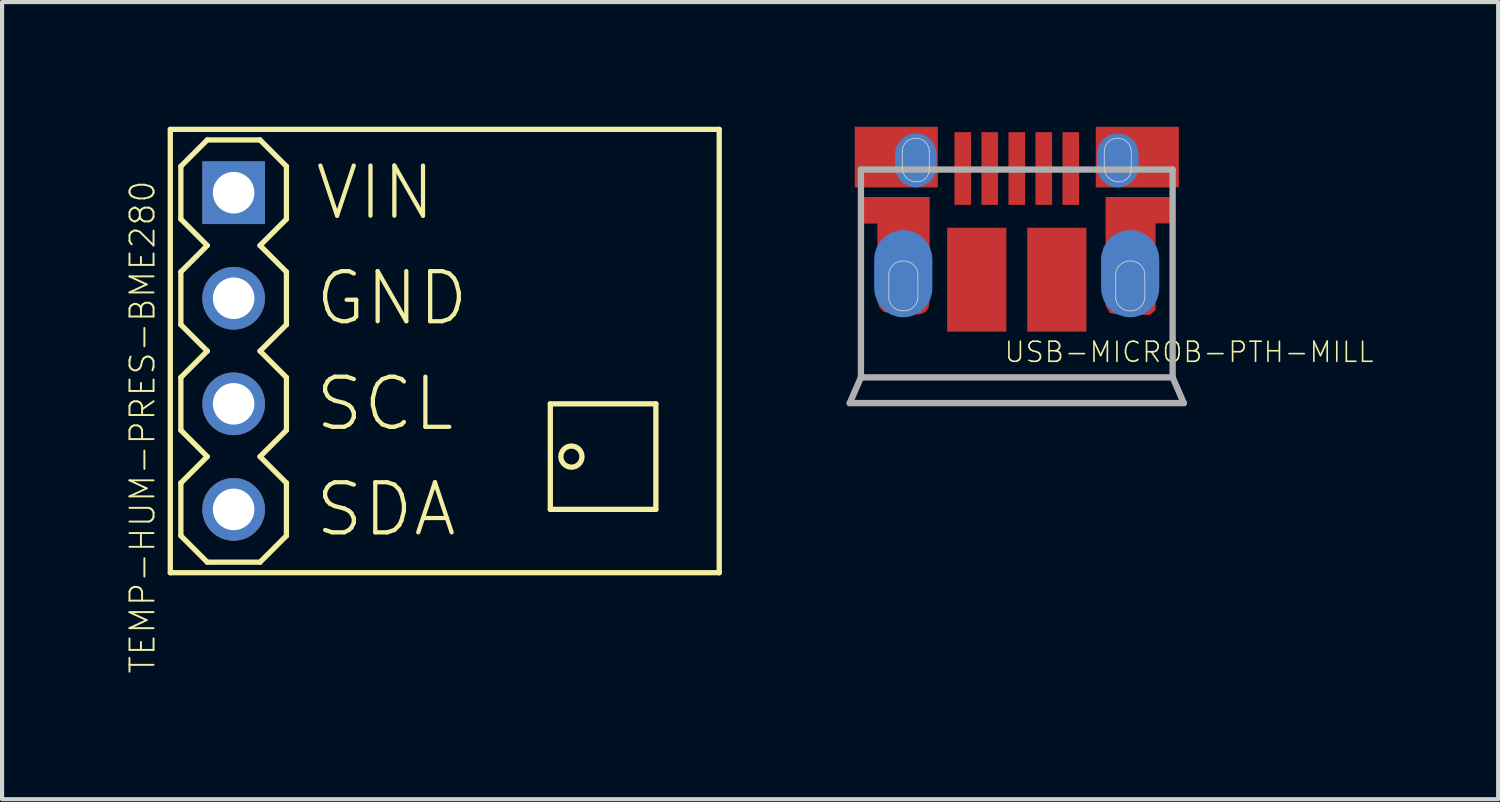
<source format=kicad_pcb>
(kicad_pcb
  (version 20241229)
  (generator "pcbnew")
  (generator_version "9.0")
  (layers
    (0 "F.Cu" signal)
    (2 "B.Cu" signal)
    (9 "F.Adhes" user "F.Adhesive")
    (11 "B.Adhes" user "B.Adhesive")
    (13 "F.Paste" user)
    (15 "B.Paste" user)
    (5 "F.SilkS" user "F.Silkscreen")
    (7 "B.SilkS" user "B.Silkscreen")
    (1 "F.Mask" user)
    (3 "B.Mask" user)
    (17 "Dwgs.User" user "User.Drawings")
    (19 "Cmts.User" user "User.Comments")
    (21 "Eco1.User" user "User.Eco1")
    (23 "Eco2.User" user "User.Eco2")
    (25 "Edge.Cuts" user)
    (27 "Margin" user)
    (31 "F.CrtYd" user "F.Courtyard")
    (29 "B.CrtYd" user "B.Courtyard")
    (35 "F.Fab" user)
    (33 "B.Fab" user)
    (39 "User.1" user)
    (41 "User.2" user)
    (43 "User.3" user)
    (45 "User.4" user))
  (footprint "USB-MICROB-PTH-MILL"
    (layer "F.Cu")
    (at 21.416 1.005)
    (property "Reference" "USB-MICROB-PTH-MILL" (at -0.33 4.699 180) (layer "F.SilkS") (effects (font (size 0.483 0.483) (thickness 0.039)) (justify left bottom)))
    (attr through_hole)
    (fp_poly (pts (xy 3.718 0.685) (xy 3.718 1.32) (xy 3.34 1.32) (xy 3.34 3.405) (xy 3.2 3.525) (xy 2.335 3.5) (xy 2.235 3.471) (xy 2.137 3.295) (xy 2.137 0.685)) (stroke (width 0) (type solid)) (fill yes) (layer "F.Cu"))
    (fp_poly (pts (xy -3.725 0.685) (xy -3.73 1.325) (xy -3.355 1.325) (xy -3.35 3.215) (xy -3.302 3.345) (xy -3.209 3.446) (xy -2.945 3.51) (xy -2.345 3.51) (xy -2.215 3.464) (xy -2.126 3.36) (xy -2.1 3.225) (xy -2.095 0.685)) (stroke (width 0) (type solid)) (fill yes) (layer "F.Cu"))
    (fp_poly (pts (xy -3.8 0.625) (xy -2 0.625) (xy -2 3.225) (xy -2.008 3.363) (xy -2.067 3.487) (xy -2.3 3.625) (xy -3 3.625) (xy -3.153 3.595) (xy -3.283 3.508) (xy -3.4 3.225) (xy -3.4 1.425) (xy -3.8 1.425)) (stroke (width 0) (type solid)) (fill yes) (layer "F.Mask"))
    (fp_poly (pts (xy 2 0.625) (xy 3.8 0.625) (xy 3.8 1.425) (xy 3.5 1.425) (xy 3.5 3.325) (xy 3.454 3.455) (xy 3.362 3.558) (xy 3.1 3.625) (xy 2.3 3.625) (xy 2.15 3.585) (xy 2.04 3.475) (xy 2 3.325)) (stroke (width 0) (type solid)) (fill yes) (layer "F.Mask"))
    (fp_poly (pts (xy -3.429 2.032) (xy -2.032 2.032) (xy -2.032 3.683) (xy -3.429 3.683)) (stroke (width 0) (type solid)) (fill yes) (layer "In1.Cu"))
    (fp_poly (pts (xy -2.921 -0.889) (xy -1.905 -0.889) (xy -1.905 0.508) (xy -2.921 0.508)) (stroke (width 0) (type solid)) (fill yes) (layer "In1.Cu"))
    (fp_poly (pts (xy 1.905 -0.889) (xy 2.921 -0.889) (xy 2.921 0.508) (xy 1.905 0.508)) (stroke (width 0) (type solid)) (fill yes) (layer "In1.Cu"))
    (fp_poly (pts (xy 2.032 2.032) (xy 3.429 2.032) (xy 3.429 3.683) (xy 2.032 3.683)) (stroke (width 0) (type solid)) (fill yes) (layer "In1.Cu"))
    (fp_poly (pts (xy -3.429 2.032) (xy -2.032 2.032) (xy -2.032 3.683) (xy -3.429 3.683)) (stroke (width 0) (type solid)) (fill yes) (layer "In2.Cu"))
    (fp_poly (pts (xy -2.921 -0.889) (xy -1.905 -0.889) (xy -1.905 0.508) (xy -2.921 0.508)) (stroke (width 0) (type solid)) (fill yes) (layer "In2.Cu"))
    (fp_poly (pts (xy 1.905 -0.889) (xy 2.921 -0.889) (xy 2.921 0.508) (xy 1.905 0.508)) (stroke (width 0) (type solid)) (fill yes) (layer "In2.Cu"))
    (fp_poly (pts (xy 2.032 2.032) (xy 3.429 2.032) (xy 3.429 3.683) (xy 2.032 3.683)) (stroke (width 0) (type solid)) (fill yes) (layer "In2.Cu"))
    (fp_poly (pts (xy -1.425 -0.819) (xy -1.175 -0.819) (xy -1.175 0.806) (xy -1.425 0.806)) (stroke (width 0) (type solid)) (fill yes) (layer "F.Paste"))
    (fp_poly (pts (xy -0.775 -0.819) (xy -0.525 -0.819) (xy -0.525 0.806) (xy -0.775 0.806)) (stroke (width 0) (type solid)) (fill yes) (layer "F.Paste"))
    (fp_poly (pts (xy -0.125 -0.819) (xy 0.125 -0.819) (xy 0.125 0.806) (xy -0.125 0.806)) (stroke (width 0) (type solid)) (fill yes) (layer "F.Paste"))
    (fp_poly (pts (xy 0.525 -0.819) (xy 0.775 -0.819) (xy 0.775 0.806) (xy 0.525 0.806)) (stroke (width 0) (type solid)) (fill yes) (layer "F.Paste"))
    (fp_poly (pts (xy 1.175 -0.819) (xy 1.425 -0.819) (xy 1.425 0.806) (xy 1.175 0.806)) (stroke (width 0) (type solid)) (fill yes) (layer "F.Paste"))
    (fp_poly (pts (xy -3.393 1.438) (xy -3.875 1.438) (xy -3.875 0.65) (xy -1.996 0.65) (xy -1.996 3.19) (xy -2.021 3.317) (xy -2.092 3.424) (xy -2.326 3.52) (xy -3.062 3.52) (xy -3.215 3.48) (xy -3.326 3.368) (xy -3.367 3.216) (xy -3.367 1.463)) (stroke (width 0) (type solid)) (fill yes) (layer "F.Paste"))
    (fp_poly (pts (xy 3.38 1.438) (xy 3.862 1.438) (xy 3.862 0.65) (xy 1.983 0.65) (xy 1.983 3.19) (xy 2.008 3.317) (xy 2.08 3.424) (xy 2.313 3.52) (xy 3.05 3.52) (xy 3.202 3.48) (xy 3.314 3.368) (xy 3.354 3.216) (xy 3.354 1.463)) (stroke (width 0) (type solid)) (fill yes) (layer "F.Paste"))
    (fp_line (start -3.08 3.125) (end -3.08 2.525) (stroke (width 0.02) (type solid)) (layer "Edge.Cuts"))
    (fp_line (start -2.755 -0.005) (end -2.755 -0.405) (stroke (width 0.02) (type solid)) (layer "Edge.Cuts"))
    (fp_line (start -2.38 2.525) (end -2.38 3.125) (stroke (width 0.02) (type solid)) (layer "Edge.Cuts"))
    (fp_line (start -2.105 -0.405) (end -2.105 -0.005) (stroke (width 0.02) (type solid)) (layer "Edge.Cuts"))
    (fp_line (start 2.105 -0.005) (end 2.105 -0.405) (stroke (width 0.02) (type solid)) (layer "Edge.Cuts"))
    (fp_line (start 2.38 3.125) (end 2.38 2.525) (stroke (width 0.02) (type solid)) (layer "Edge.Cuts"))
    (fp_line (start 2.755 -0.405) (end 2.755 -0.005) (stroke (width 0.02) (type solid)) (layer "Edge.Cuts"))
    (fp_line (start 3.08 2.525) (end 3.08 3.125) (stroke (width 0.02) (type solid)) (layer "Edge.Cuts"))
    (fp_arc (start -3.08 2.525) (mid -2.963332 2.306945) (end -2.73 2.224998) (stroke (width 0.02) (type solid)) (layer "Edge.Cuts"))
    (fp_arc (start -2.755 -0.405) (mid -2.661326 -0.636326) (end -2.43 -0.73) (stroke (width 0.02) (type solid)) (layer "Edge.Cuts"))
    (fp_arc (start -2.73 2.225) (mid -2.496669 2.306946) (end -2.380001 2.524999) (stroke (width 0.02) (type solid)) (layer "Edge.Cuts"))
    (fp_arc (start -2.73 3.425) (mid -2.963332 3.343053) (end -3.079999 3.124999) (stroke (width 0.02) (type solid)) (layer "Edge.Cuts"))
    (fp_arc (start -2.43 -0.73) (mid -2.20019 -0.63481) (end -2.105 -0.405) (stroke (width 0.02) (type solid)) (layer "Edge.Cuts"))
    (fp_arc (start -2.42 0.32) (mid -2.652143 0.224133) (end -2.754999 -0.005) (stroke (width 0.02) (type solid)) (layer "Edge.Cuts"))
    (fp_arc (start -2.38 3.125) (mid -2.496668 3.343054) (end -2.73 3.425) (stroke (width 0.02) (type solid)) (layer "Edge.Cuts"))
    (fp_arc (start -2.105 -0.005) (mid -2.188412 0.229308) (end -2.42 0.319998) (stroke (width 0.02) (type solid)) (layer "Edge.Cuts"))
    (fp_arc (start 2.105 -0.405) (mid 2.198674 -0.636325) (end 2.429999 -0.729999) (stroke (width 0.02) (type solid)) (layer "Edge.Cuts"))
    (fp_arc (start 2.38 2.525) (mid 2.496668 2.306946) (end 2.729999 2.224999) (stroke (width 0.02) (type solid)) (layer "Edge.Cuts"))
    (fp_arc (start 2.43 -0.73) (mid 2.65981 -0.63481) (end 2.755 -0.405) (stroke (width 0.02) (type solid)) (layer "Edge.Cuts"))
    (fp_arc (start 2.44 0.32) (mid 2.207856 0.224133) (end 2.105 -0.004999) (stroke (width 0.02) (type solid)) (layer "Edge.Cuts"))
    (fp_arc (start 2.73 2.225) (mid 2.963331 2.306946) (end 3.079998 2.525) (stroke (width 0.02) (type solid)) (layer "Edge.Cuts"))
    (fp_arc (start 2.73 3.425) (mid 2.496668 3.343054) (end 2.38 3.125) (stroke (width 0.02) (type solid)) (layer "Edge.Cuts"))
    (fp_arc (start 2.755 -0.005) (mid 2.671588 0.229309) (end 2.439999 0.319999) (stroke (width 0.02) (type solid)) (layer "Edge.Cuts"))
    (fp_arc (start 3.08 3.125) (mid 2.963331 3.343054) (end 2.729999 3.425001) (stroke (width 0.02) (type solid)) (layer "Edge.Cuts"))
    (fp_line (start -4.02 5.645) (end -3.75 5.025) (stroke (width 0.152) (type solid)) (layer "F.Fab"))
    (fp_line (start -3.75 0.025) (end -3.75 5.025) (stroke (width 0.152) (type solid)) (layer "F.Fab"))
    (fp_line (start -3.75 5.025) (end 3.75 5.025) (stroke (width 0.152) (type solid)) (layer "F.Fab"))
    (fp_line (start 3.75 0.025) (end -3.75 0.025) (stroke (width 0.152) (type solid)) (layer "F.Fab"))
    (fp_line (start 3.75 5.025) (end 3.75 0.025) (stroke (width 0.152) (type solid)) (layer "F.Fab"))
    (fp_line (start 4.02 5.645) (end -4.02 5.645) (stroke (width 0.152) (type solid)) (layer "F.Fab"))
    (fp_line (start 4.02 5.645) (end 3.75 5.025) (stroke (width 0.152) (type solid)) (layer "F.Fab"))
    (pad "D+" smd rect (at 0 0 90) (size 1.75 0.4) (layers "F.Cu" "F.Mask"))
    (pad "D-" smd rect (at -0.65 0 90) (size 1.75 0.4) (layers "F.Cu" "F.Mask"))
    (pad "GND" smd rect (at 1.3 0 90) (size 1.75 0.4) (layers "F.Cu" "F.Mask"))
    (pad "ID" smd rect (at 0.65 0 90) (size 1.75 0.4) (layers "F.Cu" "F.Mask"))
    (pad "SHIELD" smd rect (at -2.9 -0.275 90) (size 1.46 2) (layers "F.Cu" "F.Mask" "F.Paste"))
    (pad "SHIELD2" smd rect (at 2.9 -0.275 90) (size 1.46 2) (layers "F.Cu" "F.Mask" "F.Paste"))
    (pad "SHIELD3" smd rect (at -0.963 2.675 90) (size 2.5 1.425) (layers "F.Cu" "F.Mask" "F.Paste"))
    (pad "SHIELD4" smd rect (at 0.963 2.675 90) (size 2.5 1.425) (layers "F.Cu" "F.Mask" "F.Paste"))
    (pad "SHIELD5" smd roundrect (at -2.731 2.531 90) (size 2.1 1.4) (layers "B.Cu" "B.Mask") (roundrect_rratio 0.5))
    (pad "SHIELD6" smd roundrect (at 2.7 2.575 90) (size 1 1) (layers "F.Cu" "F.Mask") (roundrect_rratio 0.5))
    (pad "SHIELD7" smd roundrect (at 2.729 2.531 90) (size 2.1 1.4) (layers "B.Cu" "B.Mask") (roundrect_rratio 0.5))
    (pad "SHIELD8" smd roundrect (at -2.731 2.731 90) (size 1.5 1.1) (layers "F.Cu" "F.Mask") (roundrect_rratio 0.5))
    (pad "SHIELD9" smd roundrect (at -2.43 -0.195 90) (size 1.3 1) (layers "B.Cu" "B.Mask") (roundrect_rratio 0.5))
    (pad "SHIELD10" smd roundrect (at 2.43 -0.195 90) (size 1.3 1) (layers "B.Cu" "B.Mask") (roundrect_rratio 0.5))
    (pad "VBUS" smd rect (at -1.3 0 90) (size 1.75 0.4) (layers "F.Cu" "F.Mask")))
  (footprint "TEMP-HUM-PRES-BME280"
    (layer "F.Cu")
    (at 7.652 5.397)
    (property "Reference" "TEMP-HUM-PRES-BME280" (at -6.934 1.829 270) (layer "F.SilkS") (effects (font (size 0.579 0.579) (thickness 0.046)) (justify bottom)))
    (attr through_hole)
    (fp_line (start -6.604 -5.334) (end 6.604 -5.334) (stroke (width 0.127) (type solid)) (layer "F.SilkS"))
    (fp_line (start -6.604 5.334) (end -6.604 -5.334) (stroke (width 0.127) (type solid)) (layer "F.SilkS"))
    (fp_line (start -6.35 -4.445) (end -6.35 -3.175) (stroke (width 0.127) (type solid)) (layer "F.SilkS"))
    (fp_line (start -6.35 -4.445) (end -5.715 -5.08) (stroke (width 0.127) (type solid)) (layer "F.SilkS"))
    (fp_line (start -6.35 -3.175) (end -5.715 -2.54) (stroke (width 0.127) (type solid)) (layer "F.SilkS"))
    (fp_line (start -6.35 -1.905) (end -6.35 -0.635) (stroke (width 0.127) (type solid)) (layer "F.SilkS"))
    (fp_line (start -6.35 -0.635) (end -5.715 0) (stroke (width 0.127) (type solid)) (layer "F.SilkS"))
    (fp_line (start -6.35 0.635) (end -6.35 1.905) (stroke (width 0.127) (type solid)) (layer "F.SilkS"))
    (fp_line (start -6.35 1.905) (end -5.715 2.54) (stroke (width 0.127) (type solid)) (layer "F.SilkS"))
    (fp_line (start -6.35 3.175) (end -6.35 4.445) (stroke (width 0.127) (type solid)) (layer "F.SilkS"))
    (fp_line (start -6.35 4.445) (end -5.715 5.08) (stroke (width 0.127) (type solid)) (layer "F.SilkS"))
    (fp_line (start -5.715 -5.08) (end -4.445 -5.08) (stroke (width 0.127) (type solid)) (layer "F.SilkS"))
    (fp_line (start -5.715 -2.54) (end -6.35 -1.905) (stroke (width 0.127) (type solid)) (layer "F.SilkS"))
    (fp_line (start -5.715 0) (end -6.35 0.635) (stroke (width 0.127) (type solid)) (layer "F.SilkS"))
    (fp_line (start -5.715 2.54) (end -6.35 3.175) (stroke (width 0.127) (type solid)) (layer "F.SilkS"))
    (fp_line (start -5.715 5.08) (end -4.445 5.08) (stroke (width 0.127) (type solid)) (layer "F.SilkS"))
    (fp_line (start -4.445 -5.08) (end -3.81 -4.445) (stroke (width 0.127) (type solid)) (layer "F.SilkS"))
    (fp_line (start -4.445 -2.54) (end -3.81 -1.905) (stroke (width 0.127) (type solid)) (layer "F.SilkS"))
    (fp_line (start -4.445 0) (end -3.81 0.635) (stroke (width 0.127) (type solid)) (layer "F.SilkS"))
    (fp_line (start -4.445 2.54) (end -3.81 3.175) (stroke (width 0.127) (type solid)) (layer "F.SilkS"))
    (fp_line (start -3.81 -4.445) (end -3.81 -3.175) (stroke (width 0.127) (type solid)) (layer "F.SilkS"))
    (fp_line (start -3.81 -3.175) (end -4.445 -2.54) (stroke (width 0.127) (type solid)) (layer "F.SilkS"))
    (fp_line (start -3.81 -1.905) (end -3.81 -0.635) (stroke (width 0.127) (type solid)) (layer "F.SilkS"))
    (fp_line (start -3.81 -0.635) (end -4.445 0) (stroke (width 0.127) (type solid)) (layer "F.SilkS"))
    (fp_line (start -3.81 0.635) (end -3.81 1.905) (stroke (width 0.127) (type solid)) (layer "F.SilkS"))
    (fp_line (start -3.81 1.905) (end -4.445 2.54) (stroke (width 0.127) (type solid)) (layer "F.SilkS"))
    (fp_line (start -3.81 3.175) (end -3.81 4.445) (stroke (width 0.127) (type solid)) (layer "F.SilkS"))
    (fp_line (start -3.81 4.445) (end -4.445 5.08) (stroke (width 0.127) (type solid)) (layer "F.SilkS"))
    (fp_line (start 2.54 1.27) (end 5.08 1.27) (stroke (width 0.127) (type solid)) (layer "F.SilkS"))
    (fp_line (start 2.54 3.81) (end 2.54 1.27) (stroke (width 0.127) (type solid)) (layer "F.SilkS"))
    (fp_line (start 5.08 1.27) (end 5.08 3.81) (stroke (width 0.127) (type solid)) (layer "F.SilkS"))
    (fp_line (start 5.08 3.81) (end 2.54 3.81) (stroke (width 0.127) (type solid)) (layer "F.SilkS"))
    (fp_line (start 6.604 -5.334) (end 6.604 5.334) (stroke (width 0.127) (type solid)) (layer "F.SilkS"))
    (fp_line (start 6.604 5.334) (end -6.604 5.334) (stroke (width 0.127) (type solid)) (layer "F.SilkS"))
    (fp_circle (center 3.048 2.54) (end 3.302 2.54) (stroke (width 0.127) (type solid)) (fill no) (layer "F.SilkS"))
    (fp_text user "SCL" (at -3.175 1.27 0) (layer "F.SilkS") (effects (font (size 1.206 1.206) (thickness 0.102)) (justify left)))
    (fp_text user "GND" (at -3.175 -1.27 0) (layer "F.SilkS") (effects (font (size 1.206 1.206) (thickness 0.102)) (justify left)))
    (fp_text user "VIN" (at -3.175 -3.81 0) (layer "F.SilkS") (effects (font (size 1.206 1.206) (thickness 0.102)) (justify left)))
    (fp_text user "SDA" (at -3.175 3.81 0) (layer "F.SilkS") (effects (font (size 1.206 1.206) (thickness 0.102)) (justify left)))
    (pad "1" thru_hole rect (at -5.08 -3.81) (size 1.508 1.508) (drill 1) (layers "*.Cu" "*.Mask"))
    (pad "2" thru_hole circle (at -5.08 -1.27) (size 1.508 1.508) (drill 1) (layers "*.Cu" "*.Mask"))
    (pad "3" thru_hole circle (at -5.08 1.27) (size 1.508 1.508) (drill 1) (layers "*.Cu" "*.Mask"))
    (pad "4" thru_hole circle (at -5.08 3.81) (size 1.508 1.508) (drill 1) (layers "*.Cu" "*.Mask")))
  (gr_rect
    (start -3 -3)
    (end 32.999 16.181)
    (stroke (width 0.1) (type default))
    (fill no)
    (layer "Edge.Cuts")))
</source>
